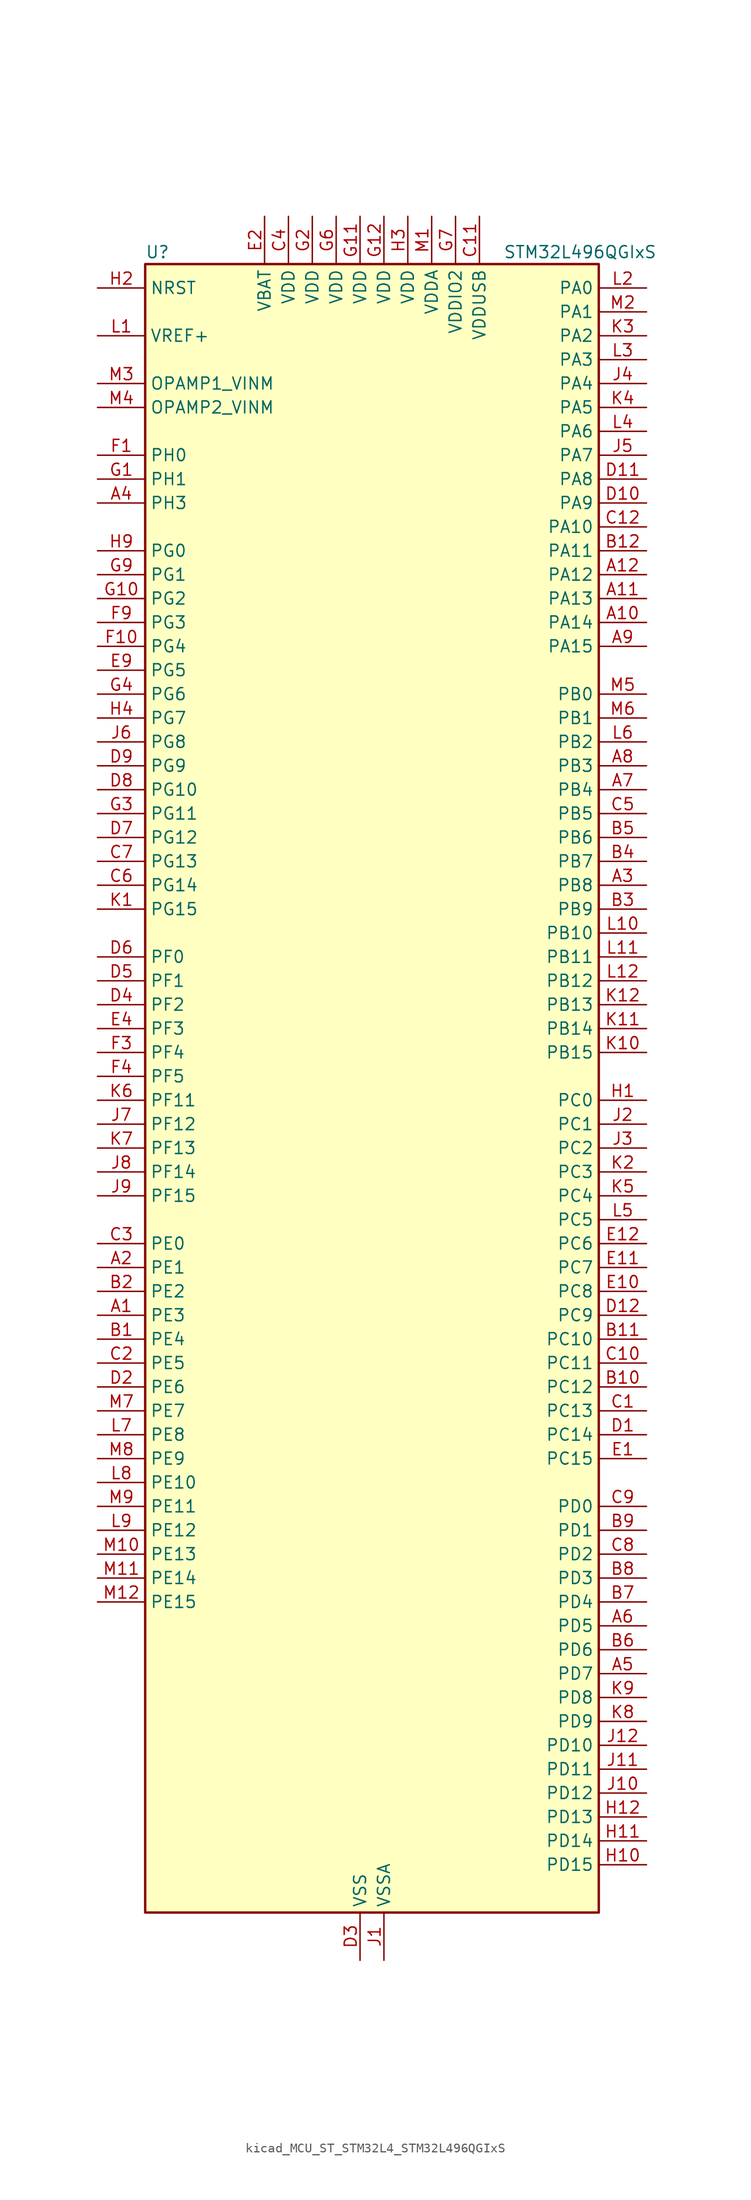
<source format=kicad_sym>
(kicad_symbol_lib
  (version 20220914)
  (generator kicad_symbol_editor)
  (symbol "kicad_MCU_ST_STM32L4_STM32L496QGIxS"
    (property "Reference" "U"
      (at -22.86 90.17 0)
      (effects (font (size 1.27 1.27)) (justify left)))
    (property "Value" "STM32L496QGIxS"
      (at 15.24 90.17 0)
      (effects (font (size 1.27 1.27)) (justify left)))
    (property "ki_locked" ""
      (at 0 0 0)
      (effects (font (size 1.27 1.27))))
    (symbol "kicad_MCU_ST_STM32L4_STM32L496QGIxS_0_1"
      (rectangle (start -22.86 -86.36) (end 25.4 88.9) (stroke (width 0.254) (type default)) (fill (type background))))
    (symbol "kicad_MCU_ST_STM32L4_STM32L496QGIxS_1_1"
      (pin bidirectional line (at -27.94 -22.86 0) (length 5.08) (name "PE3" (effects (font (size 1.27 1.27)))) (number "A1" (effects (font (size 1.27 1.27)))) (alternate "FMC_A19" bidirectional line) (alternate "LCD_SEG39" bidirectional line) (alternate "SAI1_SD_B" bidirectional line) (alternate "SYS_TRACED0" bidirectional line) (alternate "TIM3_CH1" bidirectional line) (alternate "TSC_G7_IO2" bidirectional line))
      (pin bidirectional line (at 30.48 50.8 180) (length 5.08) (name "PA14" (effects (font (size 1.27 1.27)))) (number "A10" (effects (font (size 1.27 1.27)))) (alternate "I2C1_SMBA" bidirectional line) (alternate "I2C4_SMBA" bidirectional line) (alternate "LPTIM1_OUT" bidirectional line) (alternate "SAI1_FS_B" bidirectional line) (alternate "SWPMI1_RX" bidirectional line) (alternate "SYS_JTCK-SWCLK" bidirectional line) (alternate "USB_OTG_FS_SOF" bidirectional line))
      (pin bidirectional line (at 30.48 53.34 180) (length 5.08) (name "PA13" (effects (font (size 1.27 1.27)))) (number "A11" (effects (font (size 1.27 1.27)))) (alternate "IR_OUT" bidirectional line) (alternate "SAI1_SD_B" bidirectional line) (alternate "SWPMI1_TX" bidirectional line) (alternate "SYS_JTMS-SWDIO" bidirectional line) (alternate "USB_OTG_FS_NOE" bidirectional line))
      (pin bidirectional line (at 30.48 55.88 180) (length 5.08) (name "PA12" (effects (font (size 1.27 1.27)))) (number "A12" (effects (font (size 1.27 1.27)))) (alternate "CAN1_TX" bidirectional line) (alternate "SPI1_MOSI" bidirectional line) (alternate "TIM1_ETR" bidirectional line) (alternate "USART1_DE" bidirectional line) (alternate "USART1_RTS" bidirectional line) (alternate "USB_OTG_FS_DP" bidirectional line))
      (pin bidirectional line (at -27.94 -17.78 0) (length 5.08) (name "PE1" (effects (font (size 1.27 1.27)))) (number "A2" (effects (font (size 1.27 1.27)))) (alternate "DCMI_D3" bidirectional line) (alternate "FMC_NBL1" bidirectional line) (alternate "LCD_SEG37" bidirectional line) (alternate "TIM17_CH1" bidirectional line))
      (pin bidirectional line (at 30.48 22.86 180) (length 5.08) (name "PB8" (effects (font (size 1.27 1.27)))) (number "A3" (effects (font (size 1.27 1.27)))) (alternate "CAN1_RX" bidirectional line) (alternate "DCMI_D6" bidirectional line) (alternate "DFSDM1_DATIN6" bidirectional line) (alternate "I2C1_SCL" bidirectional line) (alternate "LCD_SEG16" bidirectional line) (alternate "SAI1_MCLK_A" bidirectional line) (alternate "SDMMC1_D4" bidirectional line) (alternate "TIM16_CH1" bidirectional line) (alternate "TIM4_CH3" bidirectional line))
      (pin bidirectional line (at -27.94 63.5 0) (length 5.08) (name "PH3" (effects (font (size 1.27 1.27)))) (number "A4" (effects (font (size 1.27 1.27)))))
      (pin bidirectional line (at 30.48 -60.96 180) (length 5.08) (name "PD7" (effects (font (size 1.27 1.27)))) (number "A5" (effects (font (size 1.27 1.27)))) (alternate "DFSDM1_CKIN1" bidirectional line) (alternate "FMC_NE1" bidirectional line) (alternate "QUADSPI_BK2_IO3" bidirectional line) (alternate "USART2_CK" bidirectional line))
      (pin bidirectional line (at 30.48 -55.88 180) (length 5.08) (name "PD5" (effects (font (size 1.27 1.27)))) (number "A6" (effects (font (size 1.27 1.27)))) (alternate "FMC_NWE" bidirectional line) (alternate "QUADSPI_BK2_IO1" bidirectional line) (alternate "USART2_TX" bidirectional line))
      (pin bidirectional line (at 30.48 33.02 180) (length 5.08) (name "PB4" (effects (font (size 1.27 1.27)))) (number "A7" (effects (font (size 1.27 1.27)))) (alternate "COMP2_INP" bidirectional line) (alternate "DCMI_D12" bidirectional line) (alternate "I2C3_SDA" bidirectional line) (alternate "LCD_SEG8" bidirectional line) (alternate "SAI1_MCLK_B" bidirectional line) (alternate "SPI1_MISO" bidirectional line) (alternate "SPI3_MISO" bidirectional line) (alternate "SYS_JTRST" bidirectional line) (alternate "TIM17_BKIN" bidirectional line) (alternate "TIM3_CH1" bidirectional line) (alternate "TSC_G2_IO1" bidirectional line) (alternate "UART5_DE" bidirectional line) (alternate "UART5_RTS" bidirectional line) (alternate "USART1_CTS" bidirectional line))
      (pin bidirectional line (at 30.48 35.56 180) (length 5.08) (name "PB3" (effects (font (size 1.27 1.27)))) (number "A8" (effects (font (size 1.27 1.27)))) (alternate "COMP2_INM" bidirectional line) (alternate "CRS_SYNC" bidirectional line) (alternate "LCD_SEG7" bidirectional line) (alternate "SAI1_SCK_B" bidirectional line) (alternate "SPI1_SCK" bidirectional line) (alternate "SPI3_SCK" bidirectional line) (alternate "SYS_JTDO-SWO" bidirectional line) (alternate "TIM2_CH2" bidirectional line) (alternate "USART1_DE" bidirectional line) (alternate "USART1_RTS" bidirectional line))
      (pin bidirectional line (at 30.48 48.26 180) (length 5.08) (name "PA15" (effects (font (size 1.27 1.27)))) (number "A9" (effects (font (size 1.27 1.27)))) (alternate "ADC1_EXTI15" bidirectional line) (alternate "ADC2_EXTI15" bidirectional line) (alternate "ADC3_EXTI15" bidirectional line) (alternate "LCD_SEG17" bidirectional line) (alternate "SAI2_FS_B" bidirectional line) (alternate "SPI1_NSS" bidirectional line) (alternate "SPI3_NSS" bidirectional line) (alternate "SWPMI1_SUSPEND" bidirectional line) (alternate "SYS_JTDI" bidirectional line) (alternate "TIM2_CH1" bidirectional line) (alternate "TIM2_ETR" bidirectional line) (alternate "TSC_G3_IO1" bidirectional line) (alternate "UART4_DE" bidirectional line) (alternate "UART4_RTS" bidirectional line) (alternate "USART2_RX" bidirectional line) (alternate "USART3_DE" bidirectional line) (alternate "USART3_RTS" bidirectional line))
      (pin bidirectional line (at -27.94 -25.4 0) (length 5.08) (name "PE4" (effects (font (size 1.27 1.27)))) (number "B1" (effects (font (size 1.27 1.27)))) (alternate "DCMI_D4" bidirectional line) (alternate "DFSDM1_DATIN3" bidirectional line) (alternate "FMC_A20" bidirectional line) (alternate "SAI1_FS_A" bidirectional line) (alternate "SYS_TRACED1" bidirectional line) (alternate "TIM3_CH2" bidirectional line) (alternate "TSC_G7_IO3" bidirectional line))
      (pin bidirectional line (at 30.48 -30.48 180) (length 5.08) (name "PC12" (effects (font (size 1.27 1.27)))) (number "B10" (effects (font (size 1.27 1.27)))) (alternate "DCMI_D9" bidirectional line) (alternate "LCD_COM6" bidirectional line) (alternate "LCD_SEG30" bidirectional line) (alternate "LCD_SEG42" bidirectional line) (alternate "SAI2_SD_B" bidirectional line) (alternate "SDMMC1_CK" bidirectional line) (alternate "SPI3_MOSI" bidirectional line) (alternate "SYS_TRACED3" bidirectional line) (alternate "TSC_G3_IO4" bidirectional line) (alternate "UART5_TX" bidirectional line) (alternate "USART3_CK" bidirectional line))
      (pin bidirectional line (at 30.48 -25.4 180) (length 5.08) (name "PC10" (effects (font (size 1.27 1.27)))) (number "B11" (effects (font (size 1.27 1.27)))) (alternate "DCMI_D8" bidirectional line) (alternate "LCD_COM4" bidirectional line) (alternate "LCD_SEG28" bidirectional line) (alternate "LCD_SEG40" bidirectional line) (alternate "SAI2_SCK_B" bidirectional line) (alternate "SDMMC1_D2" bidirectional line) (alternate "SPI3_SCK" bidirectional line) (alternate "SYS_TRACED1" bidirectional line) (alternate "TSC_G3_IO2" bidirectional line) (alternate "UART4_TX" bidirectional line) (alternate "USART3_TX" bidirectional line))
      (pin bidirectional line (at 30.48 58.42 180) (length 5.08) (name "PA11" (effects (font (size 1.27 1.27)))) (number "B12" (effects (font (size 1.27 1.27)))) (alternate "ADC1_EXTI11" bidirectional line) (alternate "ADC2_EXTI11" bidirectional line) (alternate "ADC3_EXTI11" bidirectional line) (alternate "CAN1_RX" bidirectional line) (alternate "SPI1_MISO" bidirectional line) (alternate "TIM1_BKIN2" bidirectional line) (alternate "TIM1_BKIN2_COMP1" bidirectional line) (alternate "TIM1_CH4" bidirectional line) (alternate "USART1_CTS" bidirectional line) (alternate "USB_OTG_FS_DM" bidirectional line))
      (pin bidirectional line (at -27.94 -20.32 0) (length 5.08) (name "PE2" (effects (font (size 1.27 1.27)))) (number "B2" (effects (font (size 1.27 1.27)))) (alternate "FMC_A23" bidirectional line) (alternate "LCD_SEG38" bidirectional line) (alternate "SAI1_MCLK_A" bidirectional line) (alternate "SYS_TRACECLK" bidirectional line) (alternate "TIM3_ETR" bidirectional line) (alternate "TSC_G7_IO1" bidirectional line))
      (pin bidirectional line (at 30.48 20.32 180) (length 5.08) (name "PB9" (effects (font (size 1.27 1.27)))) (number "B3" (effects (font (size 1.27 1.27)))) (alternate "CAN1_TX" bidirectional line) (alternate "DAC1_EXTI9" bidirectional line) (alternate "DCMI_D7" bidirectional line) (alternate "DFSDM1_CKIN6" bidirectional line) (alternate "I2C1_SDA" bidirectional line) (alternate "IR_OUT" bidirectional line) (alternate "LCD_COM3" bidirectional line) (alternate "SAI1_FS_A" bidirectional line) (alternate "SDMMC1_D5" bidirectional line) (alternate "SPI2_NSS" bidirectional line) (alternate "TIM17_CH1" bidirectional line) (alternate "TIM4_CH4" bidirectional line))
      (pin bidirectional line (at 30.48 25.4 180) (length 5.08) (name "PB7" (effects (font (size 1.27 1.27)))) (number "B4" (effects (font (size 1.27 1.27)))) (alternate "COMP2_INM" bidirectional line) (alternate "DCMI_VSYNC" bidirectional line) (alternate "DFSDM1_CKIN5" bidirectional line) (alternate "FMC_NL" bidirectional line) (alternate "I2C1_SDA" bidirectional line) (alternate "I2C4_SDA" bidirectional line) (alternate "LCD_SEG21" bidirectional line) (alternate "LPTIM1_IN2" bidirectional line) (alternate "SYS_PVD_IN" bidirectional line) (alternate "TIM17_CH1N" bidirectional line) (alternate "TIM4_CH2" bidirectional line) (alternate "TIM8_BKIN" bidirectional line) (alternate "TIM8_BKIN_COMP1" bidirectional line) (alternate "TSC_G2_IO4" bidirectional line) (alternate "UART4_CTS" bidirectional line) (alternate "USART1_RX" bidirectional line))
      (pin bidirectional line (at 30.48 27.94 180) (length 5.08) (name "PB6" (effects (font (size 1.27 1.27)))) (number "B5" (effects (font (size 1.27 1.27)))) (alternate "CAN2_TX" bidirectional line) (alternate "COMP2_INP" bidirectional line) (alternate "DCMI_D5" bidirectional line) (alternate "DFSDM1_DATIN5" bidirectional line) (alternate "I2C1_SCL" bidirectional line) (alternate "I2C4_SCL" bidirectional line) (alternate "LPTIM1_ETR" bidirectional line) (alternate "SAI1_FS_B" bidirectional line) (alternate "TIM16_CH1N" bidirectional line) (alternate "TIM4_CH1" bidirectional line) (alternate "TIM8_BKIN2" bidirectional line) (alternate "TIM8_BKIN2_COMP2" bidirectional line) (alternate "TSC_G2_IO3" bidirectional line) (alternate "USART1_TX" bidirectional line))
      (pin bidirectional line (at 30.48 -58.42 180) (length 5.08) (name "PD6" (effects (font (size 1.27 1.27)))) (number "B6" (effects (font (size 1.27 1.27)))) (alternate "DCMI_D10" bidirectional line) (alternate "DFSDM1_DATIN1" bidirectional line) (alternate "FMC_NWAIT" bidirectional line) (alternate "QUADSPI_BK2_IO1" bidirectional line) (alternate "QUADSPI_BK2_IO2" bidirectional line) (alternate "SAI1_SD_A" bidirectional line) (alternate "USART2_RX" bidirectional line))
      (pin bidirectional line (at 30.48 -53.34 180) (length 5.08) (name "PD4" (effects (font (size 1.27 1.27)))) (number "B7" (effects (font (size 1.27 1.27)))) (alternate "DFSDM1_CKIN0" bidirectional line) (alternate "FMC_NOE" bidirectional line) (alternate "QUADSPI_BK2_IO0" bidirectional line) (alternate "SPI2_MOSI" bidirectional line) (alternate "USART2_DE" bidirectional line) (alternate "USART2_RTS" bidirectional line))
      (pin bidirectional line (at 30.48 -50.8 180) (length 5.08) (name "PD3" (effects (font (size 1.27 1.27)))) (number "B8" (effects (font (size 1.27 1.27)))) (alternate "DCMI_D5" bidirectional line) (alternate "DFSDM1_DATIN0" bidirectional line) (alternate "FMC_CLK" bidirectional line) (alternate "QUADSPI_BK2_NCS" bidirectional line) (alternate "SPI2_MISO" bidirectional line) (alternate "SPI2_SCK" bidirectional line) (alternate "USART2_CTS" bidirectional line))
      (pin bidirectional line (at 30.48 -45.72 180) (length 5.08) (name "PD1" (effects (font (size 1.27 1.27)))) (number "B9" (effects (font (size 1.27 1.27)))) (alternate "CAN1_TX" bidirectional line) (alternate "DFSDM1_CKIN7" bidirectional line) (alternate "FMC_D3" bidirectional line) (alternate "FMC_DA3" bidirectional line) (alternate "SPI2_SCK" bidirectional line))
      (pin bidirectional line (at 30.48 -33.02 180) (length 5.08) (name "PC13" (effects (font (size 1.27 1.27)))) (number "C1" (effects (font (size 1.27 1.27)))) (alternate "RTC_OUT_ALARM" bidirectional line) (alternate "RTC_OUT_CALIB" bidirectional line) (alternate "RTC_TAMP1" bidirectional line) (alternate "RTC_TS" bidirectional line) (alternate "SYS_WKUP2" bidirectional line))
      (pin bidirectional line (at 30.48 -27.94 180) (length 5.08) (name "PC11" (effects (font (size 1.27 1.27)))) (number "C10" (effects (font (size 1.27 1.27)))) (alternate "ADC1_EXTI11" bidirectional line) (alternate "ADC2_EXTI11" bidirectional line) (alternate "ADC3_EXTI11" bidirectional line) (alternate "DCMI_D4" bidirectional line) (alternate "LCD_COM5" bidirectional line) (alternate "LCD_SEG29" bidirectional line) (alternate "LCD_SEG41" bidirectional line) (alternate "QUADSPI_BK2_NCS" bidirectional line) (alternate "SAI2_MCLK_B" bidirectional line) (alternate "SDMMC1_D3" bidirectional line) (alternate "SPI3_MISO" bidirectional line) (alternate "TSC_G3_IO3" bidirectional line) (alternate "UART4_RX" bidirectional line) (alternate "USART3_RX" bidirectional line))
      (pin power_in line (at 12.7 93.98 270) (length 5.08) (name "VDDUSB" (effects (font (size 1.27 1.27)))) (number "C11" (effects (font (size 1.27 1.27)))))
      (pin bidirectional line (at 30.48 60.96 180) (length 5.08) (name "PA10" (effects (font (size 1.27 1.27)))) (number "C12" (effects (font (size 1.27 1.27)))) (alternate "DCMI_D1" bidirectional line) (alternate "LCD_COM2" bidirectional line) (alternate "SAI1_SD_A" bidirectional line) (alternate "TIM17_BKIN" bidirectional line) (alternate "TIM1_CH3" bidirectional line) (alternate "USART1_RX" bidirectional line) (alternate "USB_OTG_FS_ID" bidirectional line))
      (pin bidirectional line (at -27.94 -27.94 0) (length 5.08) (name "PE5" (effects (font (size 1.27 1.27)))) (number "C2" (effects (font (size 1.27 1.27)))) (alternate "DCMI_D6" bidirectional line) (alternate "DFSDM1_CKIN3" bidirectional line) (alternate "FMC_A21" bidirectional line) (alternate "SAI1_SCK_A" bidirectional line) (alternate "SYS_TRACED2" bidirectional line) (alternate "TIM3_CH3" bidirectional line) (alternate "TSC_G7_IO4" bidirectional line))
      (pin bidirectional line (at -27.94 -15.24 0) (length 5.08) (name "PE0" (effects (font (size 1.27 1.27)))) (number "C3" (effects (font (size 1.27 1.27)))) (alternate "DCMI_D2" bidirectional line) (alternate "FMC_NBL0" bidirectional line) (alternate "LCD_SEG36" bidirectional line) (alternate "TIM16_CH1" bidirectional line) (alternate "TIM4_ETR" bidirectional line))
      (pin power_in line (at -7.62 93.98 270) (length 5.08) (name "VDD" (effects (font (size 1.27 1.27)))) (number "C4" (effects (font (size 1.27 1.27)))))
      (pin bidirectional line (at 30.48 30.48 180) (length 5.08) (name "PB5" (effects (font (size 1.27 1.27)))) (number "C5" (effects (font (size 1.27 1.27)))) (alternate "CAN2_RX" bidirectional line) (alternate "COMP2_OUT" bidirectional line) (alternate "DCMI_D10" bidirectional line) (alternate "I2C1_SMBA" bidirectional line) (alternate "LCD_SEG9" bidirectional line) (alternate "LPTIM1_IN1" bidirectional line) (alternate "SAI1_SD_B" bidirectional line) (alternate "SPI1_MOSI" bidirectional line) (alternate "SPI3_MOSI" bidirectional line) (alternate "TIM16_BKIN" bidirectional line) (alternate "TIM3_CH2" bidirectional line) (alternate "TSC_G2_IO2" bidirectional line) (alternate "UART5_CTS" bidirectional line) (alternate "USART1_CK" bidirectional line))
      (pin bidirectional line (at -27.94 22.86 0) (length 5.08) (name "PG14" (effects (font (size 1.27 1.27)))) (number "C6" (effects (font (size 1.27 1.27)))) (alternate "FMC_A25" bidirectional line) (alternate "I2C1_SCL" bidirectional line))
      (pin bidirectional line (at -27.94 25.4 0) (length 5.08) (name "PG13" (effects (font (size 1.27 1.27)))) (number "C7" (effects (font (size 1.27 1.27)))) (alternate "FMC_A24" bidirectional line) (alternate "I2C1_SDA" bidirectional line) (alternate "USART1_CK" bidirectional line))
      (pin bidirectional line (at 30.48 -48.26 180) (length 5.08) (name "PD2" (effects (font (size 1.27 1.27)))) (number "C8" (effects (font (size 1.27 1.27)))) (alternate "DCMI_D11" bidirectional line) (alternate "LCD_COM7" bidirectional line) (alternate "LCD_SEG31" bidirectional line) (alternate "LCD_SEG43" bidirectional line) (alternate "SDMMC1_CMD" bidirectional line) (alternate "SYS_TRACED2" bidirectional line) (alternate "TIM3_ETR" bidirectional line) (alternate "TSC_SYNC" bidirectional line) (alternate "UART5_RX" bidirectional line) (alternate "USART3_DE" bidirectional line) (alternate "USART3_RTS" bidirectional line))
      (pin bidirectional line (at 30.48 -43.18 180) (length 5.08) (name "PD0" (effects (font (size 1.27 1.27)))) (number "C9" (effects (font (size 1.27 1.27)))) (alternate "CAN1_RX" bidirectional line) (alternate "DFSDM1_DATIN7" bidirectional line) (alternate "FMC_D2" bidirectional line) (alternate "FMC_DA2" bidirectional line) (alternate "SPI2_NSS" bidirectional line))
      (pin bidirectional line (at 30.48 -35.56 180) (length 5.08) (name "PC14" (effects (font (size 1.27 1.27)))) (number "D1" (effects (font (size 1.27 1.27)))) (alternate "RCC_OSC32_IN" bidirectional line))
      (pin bidirectional line (at 30.48 63.5 180) (length 5.08) (name "PA9" (effects (font (size 1.27 1.27)))) (number "D10" (effects (font (size 1.27 1.27)))) (alternate "DAC1_EXTI9" bidirectional line) (alternate "DCMI_D0" bidirectional line) (alternate "LCD_COM1" bidirectional line) (alternate "SAI1_FS_A" bidirectional line) (alternate "SPI2_SCK" bidirectional line) (alternate "TIM15_BKIN" bidirectional line) (alternate "TIM1_CH2" bidirectional line) (alternate "USART1_TX" bidirectional line) (alternate "USB_OTG_FS_VBUS" bidirectional line))
      (pin bidirectional line (at 30.48 66.04 180) (length 5.08) (name "PA8" (effects (font (size 1.27 1.27)))) (number "D11" (effects (font (size 1.27 1.27)))) (alternate "LCD_COM0" bidirectional line) (alternate "LPTIM2_OUT" bidirectional line) (alternate "RCC_MCO" bidirectional line) (alternate "SAI1_SCK_A" bidirectional line) (alternate "SWPMI1_IO" bidirectional line) (alternate "TIM1_CH1" bidirectional line) (alternate "USART1_CK" bidirectional line) (alternate "USB_OTG_FS_SOF" bidirectional line))
      (pin bidirectional line (at 30.48 -22.86 180) (length 5.08) (name "PC9" (effects (font (size 1.27 1.27)))) (number "D12" (effects (font (size 1.27 1.27)))) (alternate "DAC1_EXTI9" bidirectional line) (alternate "DCMI_D3" bidirectional line) (alternate "I2C3_SDA" bidirectional line) (alternate "LCD_SEG27" bidirectional line) (alternate "SAI2_EXTCLK" bidirectional line) (alternate "SDMMC1_D1" bidirectional line) (alternate "TIM3_CH4" bidirectional line) (alternate "TIM8_BKIN2" bidirectional line) (alternate "TIM8_BKIN2_COMP1" bidirectional line) (alternate "TIM8_CH4" bidirectional line) (alternate "TSC_G4_IO4" bidirectional line) (alternate "USB_OTG_FS_NOE" bidirectional line))
      (pin bidirectional line (at -27.94 -30.48 0) (length 5.08) (name "PE6" (effects (font (size 1.27 1.27)))) (number "D2" (effects (font (size 1.27 1.27)))) (alternate "DCMI_D7" bidirectional line) (alternate "FMC_A22" bidirectional line) (alternate "RTC_TAMP3" bidirectional line) (alternate "SAI1_SD_A" bidirectional line) (alternate "SYS_TRACED3" bidirectional line) (alternate "SYS_WKUP3" bidirectional line) (alternate "TIM3_CH4" bidirectional line))
      (pin power_in line (at 0 -91.44 90) (length 5.08) (name "VSS" (effects (font (size 1.27 1.27)))) (number "D3" (effects (font (size 1.27 1.27)))))
      (pin bidirectional line (at -27.94 10.16 0) (length 5.08) (name "PF2" (effects (font (size 1.27 1.27)))) (number "D4" (effects (font (size 1.27 1.27)))) (alternate "FMC_A2" bidirectional line) (alternate "I2C2_SMBA" bidirectional line))
      (pin bidirectional line (at -27.94 12.7 0) (length 5.08) (name "PF1" (effects (font (size 1.27 1.27)))) (number "D5" (effects (font (size 1.27 1.27)))) (alternate "FMC_A1" bidirectional line) (alternate "I2C2_SCL" bidirectional line))
      (pin bidirectional line (at -27.94 15.24 0) (length 5.08) (name "PF0" (effects (font (size 1.27 1.27)))) (number "D6" (effects (font (size 1.27 1.27)))) (alternate "FMC_A0" bidirectional line) (alternate "I2C2_SDA" bidirectional line))
      (pin bidirectional line (at -27.94 27.94 0) (length 5.08) (name "PG12" (effects (font (size 1.27 1.27)))) (number "D7" (effects (font (size 1.27 1.27)))) (alternate "FMC_NE4" bidirectional line) (alternate "LPTIM1_ETR" bidirectional line) (alternate "SAI2_SD_A" bidirectional line) (alternate "SPI3_NSS" bidirectional line) (alternate "USART1_DE" bidirectional line) (alternate "USART1_RTS" bidirectional line))
      (pin bidirectional line (at -27.94 33.02 0) (length 5.08) (name "PG10" (effects (font (size 1.27 1.27)))) (number "D8" (effects (font (size 1.27 1.27)))) (alternate "FMC_NE3" bidirectional line) (alternate "LPTIM1_IN1" bidirectional line) (alternate "SAI2_FS_A" bidirectional line) (alternate "SPI3_MISO" bidirectional line) (alternate "TIM15_CH1" bidirectional line) (alternate "USART1_RX" bidirectional line))
      (pin bidirectional line (at -27.94 35.56 0) (length 5.08) (name "PG9" (effects (font (size 1.27 1.27)))) (number "D9" (effects (font (size 1.27 1.27)))) (alternate "DAC1_EXTI9" bidirectional line) (alternate "FMC_NCE" bidirectional line) (alternate "FMC_NE2" bidirectional line) (alternate "SAI2_SCK_A" bidirectional line) (alternate "SPI3_SCK" bidirectional line) (alternate "TIM15_CH1N" bidirectional line) (alternate "USART1_TX" bidirectional line))
      (pin bidirectional line (at 30.48 -38.1 180) (length 5.08) (name "PC15" (effects (font (size 1.27 1.27)))) (number "E1" (effects (font (size 1.27 1.27)))) (alternate "ADC1_EXTI15" bidirectional line) (alternate "ADC2_EXTI15" bidirectional line) (alternate "ADC3_EXTI15" bidirectional line) (alternate "RCC_OSC32_OUT" bidirectional line))
      (pin bidirectional line (at 30.48 -20.32 180) (length 5.08) (name "PC8" (effects (font (size 1.27 1.27)))) (number "E10" (effects (font (size 1.27 1.27)))) (alternate "DCMI_D2" bidirectional line) (alternate "LCD_SEG26" bidirectional line) (alternate "SDMMC1_D0" bidirectional line) (alternate "TIM3_CH3" bidirectional line) (alternate "TIM8_CH3" bidirectional line) (alternate "TSC_G4_IO3" bidirectional line))
      (pin bidirectional line (at 30.48 -17.78 180) (length 5.08) (name "PC7" (effects (font (size 1.27 1.27)))) (number "E11" (effects (font (size 1.27 1.27)))) (alternate "DCMI_D1" bidirectional line) (alternate "DFSDM1_DATIN3" bidirectional line) (alternate "LCD_SEG25" bidirectional line) (alternate "SAI2_MCLK_B" bidirectional line) (alternate "SDMMC1_D7" bidirectional line) (alternate "TIM3_CH2" bidirectional line) (alternate "TIM8_CH2" bidirectional line) (alternate "TSC_G4_IO2" bidirectional line))
      (pin bidirectional line (at 30.48 -15.24 180) (length 5.08) (name "PC6" (effects (font (size 1.27 1.27)))) (number "E12" (effects (font (size 1.27 1.27)))) (alternate "DCMI_D0" bidirectional line) (alternate "DFSDM1_CKIN3" bidirectional line) (alternate "LCD_SEG24" bidirectional line) (alternate "SAI2_MCLK_A" bidirectional line) (alternate "SDMMC1_D6" bidirectional line) (alternate "TIM3_CH1" bidirectional line) (alternate "TIM8_CH1" bidirectional line) (alternate "TSC_G4_IO1" bidirectional line))
      (pin power_in line (at -10.16 93.98 270) (length 5.08) (name "VBAT" (effects (font (size 1.27 1.27)))) (number "E2" (effects (font (size 1.27 1.27)))))
      (pin passive line (at 0 -91.44 90) (length 5.08) hide (name "VSS" (effects (font (size 1.27 1.27)))) (number "E3" (effects (font (size 1.27 1.27)))))
      (pin bidirectional line (at -27.94 7.62 0) (length 5.08) (name "PF3" (effects (font (size 1.27 1.27)))) (number "E4" (effects (font (size 1.27 1.27)))) (alternate "ADC3_IN6" bidirectional line) (alternate "FMC_A3" bidirectional line))
      (pin bidirectional line (at -27.94 45.72 0) (length 5.08) (name "PG5" (effects (font (size 1.27 1.27)))) (number "E9" (effects (font (size 1.27 1.27)))) (alternate "FMC_A15" bidirectional line) (alternate "LPUART1_CTS" bidirectional line) (alternate "SAI2_SD_B" bidirectional line) (alternate "SPI1_NSS" bidirectional line))
      (pin bidirectional line (at -27.94 68.58 0) (length 5.08) (name "PH0" (effects (font (size 1.27 1.27)))) (number "F1" (effects (font (size 1.27 1.27)))) (alternate "RCC_OSC_IN" bidirectional line))
      (pin bidirectional line (at -27.94 48.26 0) (length 5.08) (name "PG4" (effects (font (size 1.27 1.27)))) (number "F10" (effects (font (size 1.27 1.27)))) (alternate "FMC_A14" bidirectional line) (alternate "SAI2_MCLK_B" bidirectional line) (alternate "SPI1_MOSI" bidirectional line))
      (pin passive line (at 0 -91.44 90) (length 5.08) hide (name "VSS" (effects (font (size 1.27 1.27)))) (number "F11" (effects (font (size 1.27 1.27)))))
      (pin passive line (at 0 -91.44 90) (length 5.08) hide (name "VSS" (effects (font (size 1.27 1.27)))) (number "F12" (effects (font (size 1.27 1.27)))))
      (pin passive line (at 0 -91.44 90) (length 5.08) hide (name "VSS" (effects (font (size 1.27 1.27)))) (number "F2" (effects (font (size 1.27 1.27)))))
      (pin bidirectional line (at -27.94 5.08 0) (length 5.08) (name "PF4" (effects (font (size 1.27 1.27)))) (number "F3" (effects (font (size 1.27 1.27)))) (alternate "ADC3_IN7" bidirectional line) (alternate "FMC_A4" bidirectional line))
      (pin bidirectional line (at -27.94 2.54 0) (length 5.08) (name "PF5" (effects (font (size 1.27 1.27)))) (number "F4" (effects (font (size 1.27 1.27)))) (alternate "ADC3_IN8" bidirectional line) (alternate "FMC_A5" bidirectional line))
      (pin passive line (at 0 -91.44 90) (length 5.08) hide (name "VSS" (effects (font (size 1.27 1.27)))) (number "F6" (effects (font (size 1.27 1.27)))))
      (pin passive line (at 0 -91.44 90) (length 5.08) hide (name "VSS" (effects (font (size 1.27 1.27)))) (number "F7" (effects (font (size 1.27 1.27)))))
      (pin bidirectional line (at -27.94 50.8 0) (length 5.08) (name "PG3" (effects (font (size 1.27 1.27)))) (number "F9" (effects (font (size 1.27 1.27)))) (alternate "FMC_A13" bidirectional line) (alternate "SAI2_FS_B" bidirectional line) (alternate "SPI1_MISO" bidirectional line))
      (pin bidirectional line (at -27.94 66.04 0) (length 5.08) (name "PH1" (effects (font (size 1.27 1.27)))) (number "G1" (effects (font (size 1.27 1.27)))) (alternate "RCC_OSC_OUT" bidirectional line))
      (pin bidirectional line (at -27.94 53.34 0) (length 5.08) (name "PG2" (effects (font (size 1.27 1.27)))) (number "G10" (effects (font (size 1.27 1.27)))) (alternate "FMC_A12" bidirectional line) (alternate "SAI2_SCK_B" bidirectional line) (alternate "SPI1_SCK" bidirectional line))
      (pin power_in line (at 0 93.98 270) (length 5.08) (name "VDD" (effects (font (size 1.27 1.27)))) (number "G11" (effects (font (size 1.27 1.27)))))
      (pin power_in line (at 2.54 93.98 270) (length 5.08) (name "VDD" (effects (font (size 1.27 1.27)))) (number "G12" (effects (font (size 1.27 1.27)))))
      (pin power_in line (at -5.08 93.98 270) (length 5.08) (name "VDD" (effects (font (size 1.27 1.27)))) (number "G2" (effects (font (size 1.27 1.27)))))
      (pin bidirectional line (at -27.94 30.48 0) (length 5.08) (name "PG11" (effects (font (size 1.27 1.27)))) (number "G3" (effects (font (size 1.27 1.27)))) (alternate "ADC1_EXTI11" bidirectional line) (alternate "ADC2_EXTI11" bidirectional line) (alternate "ADC3_EXTI11" bidirectional line) (alternate "LPTIM1_IN2" bidirectional line) (alternate "SAI2_MCLK_A" bidirectional line) (alternate "SPI3_MOSI" bidirectional line) (alternate "TIM15_CH2" bidirectional line) (alternate "USART1_CTS" bidirectional line))
      (pin bidirectional line (at -27.94 43.18 0) (length 5.08) (name "PG6" (effects (font (size 1.27 1.27)))) (number "G4" (effects (font (size 1.27 1.27)))) (alternate "I2C3_SMBA" bidirectional line) (alternate "LPUART1_DE" bidirectional line) (alternate "LPUART1_RTS" bidirectional line))
      (pin power_in line (at -2.54 93.98 270) (length 5.08) (name "VDD" (effects (font (size 1.27 1.27)))) (number "G6" (effects (font (size 1.27 1.27)))))
      (pin power_in line (at 10.16 93.98 270) (length 5.08) (name "VDDIO2" (effects (font (size 1.27 1.27)))) (number "G7" (effects (font (size 1.27 1.27)))))
      (pin bidirectional line (at -27.94 55.88 0) (length 5.08) (name "PG1" (effects (font (size 1.27 1.27)))) (number "G9" (effects (font (size 1.27 1.27)))) (alternate "FMC_A11" bidirectional line) (alternate "TSC_G8_IO4" bidirectional line))
      (pin bidirectional line (at 30.48 0 180) (length 5.08) (name "PC0" (effects (font (size 1.27 1.27)))) (number "H1" (effects (font (size 1.27 1.27)))) (alternate "ADC1_IN1" bidirectional line) (alternate "ADC2_IN1" bidirectional line) (alternate "ADC3_IN1" bidirectional line) (alternate "DFSDM1_DATIN4" bidirectional line) (alternate "I2C3_SCL" bidirectional line) (alternate "I2C4_SCL" bidirectional line) (alternate "LCD_SEG18" bidirectional line) (alternate "LPTIM1_IN1" bidirectional line) (alternate "LPTIM2_IN1" bidirectional line) (alternate "LPUART1_RX" bidirectional line))
      (pin bidirectional line (at 30.48 -81.28 180) (length 5.08) (name "PD15" (effects (font (size 1.27 1.27)))) (number "H10" (effects (font (size 1.27 1.27)))) (alternate "ADC1_EXTI15" bidirectional line) (alternate "ADC2_EXTI15" bidirectional line) (alternate "ADC3_EXTI15" bidirectional line) (alternate "FMC_D1" bidirectional line) (alternate "FMC_DA1" bidirectional line) (alternate "LCD_SEG35" bidirectional line) (alternate "TIM4_CH4" bidirectional line))
      (pin bidirectional line (at 30.48 -78.74 180) (length 5.08) (name "PD14" (effects (font (size 1.27 1.27)))) (number "H11" (effects (font (size 1.27 1.27)))) (alternate "FMC_D0" bidirectional line) (alternate "FMC_DA0" bidirectional line) (alternate "LCD_SEG34" bidirectional line) (alternate "TIM4_CH3" bidirectional line))
      (pin bidirectional line (at 30.48 -76.2 180) (length 5.08) (name "PD13" (effects (font (size 1.27 1.27)))) (number "H12" (effects (font (size 1.27 1.27)))) (alternate "FMC_A18" bidirectional line) (alternate "I2C4_SDA" bidirectional line) (alternate "LCD_SEG33" bidirectional line) (alternate "LPTIM2_OUT" bidirectional line) (alternate "TIM4_CH2" bidirectional line) (alternate "TSC_G6_IO4" bidirectional line))
      (pin input line (at -27.94 86.36 0) (length 5.08) (name "NRST" (effects (font (size 1.27 1.27)))) (number "H2" (effects (font (size 1.27 1.27)))))
      (pin power_in line (at 5.08 93.98 270) (length 5.08) (name "VDD" (effects (font (size 1.27 1.27)))) (number "H3" (effects (font (size 1.27 1.27)))))
      (pin bidirectional line (at -27.94 40.64 0) (length 5.08) (name "PG7" (effects (font (size 1.27 1.27)))) (number "H4" (effects (font (size 1.27 1.27)))) (alternate "FMC_INT" bidirectional line) (alternate "I2C3_SCL" bidirectional line) (alternate "LPUART1_TX" bidirectional line) (alternate "SAI1_MCLK_A" bidirectional line))
      (pin bidirectional line (at -27.94 58.42 0) (length 5.08) (name "PG0" (effects (font (size 1.27 1.27)))) (number "H9" (effects (font (size 1.27 1.27)))) (alternate "FMC_A10" bidirectional line) (alternate "TSC_G8_IO3" bidirectional line))
      (pin power_in line (at 2.54 -91.44 90) (length 5.08) (name "VSSA" (effects (font (size 1.27 1.27)))) (number "J1" (effects (font (size 1.27 1.27)))))
      (pin bidirectional line (at 30.48 -73.66 180) (length 5.08) (name "PD12" (effects (font (size 1.27 1.27)))) (number "J10" (effects (font (size 1.27 1.27)))) (alternate "FMC_A17" bidirectional line) (alternate "FMC_ALE" bidirectional line) (alternate "I2C4_SCL" bidirectional line) (alternate "LCD_SEG32" bidirectional line) (alternate "LPTIM2_IN1" bidirectional line) (alternate "SAI2_FS_A" bidirectional line) (alternate "TIM4_CH1" bidirectional line) (alternate "TSC_G6_IO3" bidirectional line) (alternate "USART3_DE" bidirectional line) (alternate "USART3_RTS" bidirectional line))
      (pin bidirectional line (at 30.48 -71.12 180) (length 5.08) (name "PD11" (effects (font (size 1.27 1.27)))) (number "J11" (effects (font (size 1.27 1.27)))) (alternate "ADC1_EXTI11" bidirectional line) (alternate "ADC2_EXTI11" bidirectional line) (alternate "ADC3_EXTI11" bidirectional line) (alternate "FMC_A16" bidirectional line) (alternate "FMC_CLE" bidirectional line) (alternate "I2C4_SMBA" bidirectional line) (alternate "LCD_SEG31" bidirectional line) (alternate "LPTIM2_ETR" bidirectional line) (alternate "SAI2_SD_A" bidirectional line) (alternate "TSC_G6_IO2" bidirectional line) (alternate "USART3_CTS" bidirectional line))
      (pin bidirectional line (at 30.48 -68.58 180) (length 5.08) (name "PD10" (effects (font (size 1.27 1.27)))) (number "J12" (effects (font (size 1.27 1.27)))) (alternate "FMC_D15" bidirectional line) (alternate "FMC_DA15" bidirectional line) (alternate "LCD_SEG30" bidirectional line) (alternate "SAI2_SCK_A" bidirectional line) (alternate "TSC_G6_IO1" bidirectional line) (alternate "USART3_CK" bidirectional line))
      (pin bidirectional line (at 30.48 -2.54 180) (length 5.08) (name "PC1" (effects (font (size 1.27 1.27)))) (number "J2" (effects (font (size 1.27 1.27)))) (alternate "ADC1_IN2" bidirectional line) (alternate "ADC2_IN2" bidirectional line) (alternate "ADC3_IN2" bidirectional line) (alternate "DFSDM1_CKIN4" bidirectional line) (alternate "I2C3_SDA" bidirectional line) (alternate "I2C4_SDA" bidirectional line) (alternate "LCD_SEG19" bidirectional line) (alternate "LPTIM1_OUT" bidirectional line) (alternate "LPUART1_TX" bidirectional line) (alternate "QUADSPI_BK2_IO0" bidirectional line) (alternate "SAI1_SD_A" bidirectional line) (alternate "SPI2_MOSI" bidirectional line) (alternate "SYS_TRACED0" bidirectional line))
      (pin bidirectional line (at 30.48 -5.08 180) (length 5.08) (name "PC2" (effects (font (size 1.27 1.27)))) (number "J3" (effects (font (size 1.27 1.27)))) (alternate "ADC1_IN3" bidirectional line) (alternate "ADC2_IN3" bidirectional line) (alternate "ADC3_IN3" bidirectional line) (alternate "DFSDM1_CKOUT" bidirectional line) (alternate "LCD_SEG20" bidirectional line) (alternate "LPTIM1_IN2" bidirectional line) (alternate "QUADSPI_BK2_IO1" bidirectional line) (alternate "SPI2_MISO" bidirectional line))
      (pin bidirectional line (at 30.48 76.2 180) (length 5.08) (name "PA4" (effects (font (size 1.27 1.27)))) (number "J4" (effects (font (size 1.27 1.27)))) (alternate "ADC1_IN9" bidirectional line) (alternate "ADC2_IN9" bidirectional line) (alternate "DAC1_OUT1" bidirectional line) (alternate "DCMI_HSYNC" bidirectional line) (alternate "LPTIM2_OUT" bidirectional line) (alternate "SAI1_FS_B" bidirectional line) (alternate "SPI1_NSS" bidirectional line) (alternate "SPI3_NSS" bidirectional line) (alternate "USART2_CK" bidirectional line))
      (pin bidirectional line (at 30.48 68.58 180) (length 5.08) (name "PA7" (effects (font (size 1.27 1.27)))) (number "J5" (effects (font (size 1.27 1.27)))) (alternate "ADC1_IN12" bidirectional line) (alternate "ADC2_IN12" bidirectional line) (alternate "I2C3_SCL" bidirectional line) (alternate "LCD_SEG4" bidirectional line) (alternate "QUADSPI_BK1_IO2" bidirectional line) (alternate "SPI1_MOSI" bidirectional line) (alternate "TIM17_CH1" bidirectional line) (alternate "TIM1_CH1N" bidirectional line) (alternate "TIM3_CH2" bidirectional line) (alternate "TIM8_CH1N" bidirectional line))
      (pin bidirectional line (at -27.94 38.1 0) (length 5.08) (name "PG8" (effects (font (size 1.27 1.27)))) (number "J6" (effects (font (size 1.27 1.27)))) (alternate "I2C3_SDA" bidirectional line) (alternate "LPUART1_RX" bidirectional line))
      (pin bidirectional line (at -27.94 -2.54 0) (length 5.08) (name "PF12" (effects (font (size 1.27 1.27)))) (number "J7" (effects (font (size 1.27 1.27)))) (alternate "FMC_A6" bidirectional line))
      (pin bidirectional line (at -27.94 -7.62 0) (length 5.08) (name "PF14" (effects (font (size 1.27 1.27)))) (number "J8" (effects (font (size 1.27 1.27)))) (alternate "DFSDM1_CKIN6" bidirectional line) (alternate "FMC_A8" bidirectional line) (alternate "I2C4_SCL" bidirectional line) (alternate "TSC_G8_IO1" bidirectional line))
      (pin bidirectional line (at -27.94 -10.16 0) (length 5.08) (name "PF15" (effects (font (size 1.27 1.27)))) (number "J9" (effects (font (size 1.27 1.27)))) (alternate "ADC1_EXTI15" bidirectional line) (alternate "ADC2_EXTI15" bidirectional line) (alternate "ADC3_EXTI15" bidirectional line) (alternate "FMC_A9" bidirectional line) (alternate "I2C4_SDA" bidirectional line) (alternate "TSC_G8_IO2" bidirectional line))
      (pin bidirectional line (at -27.94 20.32 0) (length 5.08) (name "PG15" (effects (font (size 1.27 1.27)))) (number "K1" (effects (font (size 1.27 1.27)))) (alternate "ADC1_EXTI15" bidirectional line) (alternate "ADC2_EXTI15" bidirectional line) (alternate "ADC3_EXTI15" bidirectional line) (alternate "DCMI_D13" bidirectional line) (alternate "I2C1_SMBA" bidirectional line) (alternate "LPTIM1_OUT" bidirectional line))
      (pin bidirectional line (at 30.48 5.08 180) (length 5.08) (name "PB15" (effects (font (size 1.27 1.27)))) (number "K10" (effects (font (size 1.27 1.27)))) (alternate "ADC1_EXTI15" bidirectional line) (alternate "ADC2_EXTI15" bidirectional line) (alternate "ADC3_EXTI15" bidirectional line) (alternate "DFSDM1_CKIN2" bidirectional line) (alternate "LCD_SEG15" bidirectional line) (alternate "RTC_REFIN" bidirectional line) (alternate "SAI2_SD_A" bidirectional line) (alternate "SPI2_MOSI" bidirectional line) (alternate "SWPMI1_SUSPEND" bidirectional line) (alternate "TIM15_CH2" bidirectional line) (alternate "TIM1_CH3N" bidirectional line) (alternate "TIM8_CH3N" bidirectional line) (alternate "TSC_G1_IO4" bidirectional line))
      (pin bidirectional line (at 30.48 7.62 180) (length 5.08) (name "PB14" (effects (font (size 1.27 1.27)))) (number "K11" (effects (font (size 1.27 1.27)))) (alternate "DFSDM1_DATIN2" bidirectional line) (alternate "I2C2_SDA" bidirectional line) (alternate "LCD_SEG14" bidirectional line) (alternate "SAI2_MCLK_A" bidirectional line) (alternate "SPI2_MISO" bidirectional line) (alternate "SWPMI1_RX" bidirectional line) (alternate "TIM15_CH1" bidirectional line) (alternate "TIM1_CH2N" bidirectional line) (alternate "TIM8_CH2N" bidirectional line) (alternate "TSC_G1_IO3" bidirectional line) (alternate "USART3_DE" bidirectional line) (alternate "USART3_RTS" bidirectional line))
      (pin bidirectional line (at 30.48 10.16 180) (length 5.08) (name "PB13" (effects (font (size 1.27 1.27)))) (number "K12" (effects (font (size 1.27 1.27)))) (alternate "CAN2_TX" bidirectional line) (alternate "DFSDM1_CKIN1" bidirectional line) (alternate "I2C2_SCL" bidirectional line) (alternate "LCD_SEG13" bidirectional line) (alternate "LPUART1_CTS" bidirectional line) (alternate "SAI2_SCK_A" bidirectional line) (alternate "SPI2_SCK" bidirectional line) (alternate "SWPMI1_TX" bidirectional line) (alternate "TIM15_CH1N" bidirectional line) (alternate "TIM1_CH1N" bidirectional line) (alternate "TSC_G1_IO2" bidirectional line) (alternate "USART3_CTS" bidirectional line))
      (pin bidirectional line (at 30.48 -7.62 180) (length 5.08) (name "PC3" (effects (font (size 1.27 1.27)))) (number "K2" (effects (font (size 1.27 1.27)))) (alternate "ADC1_IN4" bidirectional line) (alternate "ADC2_IN4" bidirectional line) (alternate "ADC3_IN4" bidirectional line) (alternate "LCD_VLCD" bidirectional line) (alternate "LPTIM1_ETR" bidirectional line) (alternate "LPTIM2_ETR" bidirectional line) (alternate "QUADSPI_BK2_IO2" bidirectional line) (alternate "SAI1_SD_A" bidirectional line) (alternate "SPI2_MOSI" bidirectional line))
      (pin bidirectional line (at 30.48 81.28 180) (length 5.08) (name "PA2" (effects (font (size 1.27 1.27)))) (number "K3" (effects (font (size 1.27 1.27)))) (alternate "ADC1_IN7" bidirectional line) (alternate "ADC2_IN7" bidirectional line) (alternate "LCD_SEG1" bidirectional line) (alternate "LPUART1_TX" bidirectional line) (alternate "QUADSPI_BK1_NCS" bidirectional line) (alternate "RCC_LSCO" bidirectional line) (alternate "SAI2_EXTCLK" bidirectional line) (alternate "SYS_WKUP4" bidirectional line) (alternate "TIM15_CH1" bidirectional line) (alternate "TIM2_CH3" bidirectional line) (alternate "TIM5_CH3" bidirectional line) (alternate "USART2_TX" bidirectional line))
      (pin bidirectional line (at 30.48 73.66 180) (length 5.08) (name "PA5" (effects (font (size 1.27 1.27)))) (number "K4" (effects (font (size 1.27 1.27)))) (alternate "ADC1_IN10" bidirectional line) (alternate "ADC2_IN10" bidirectional line) (alternate "DAC1_OUT2" bidirectional line) (alternate "LPTIM2_ETR" bidirectional line) (alternate "SPI1_SCK" bidirectional line) (alternate "TIM2_CH1" bidirectional line) (alternate "TIM2_ETR" bidirectional line) (alternate "TIM8_CH1N" bidirectional line))
      (pin bidirectional line (at 30.48 -10.16 180) (length 5.08) (name "PC4" (effects (font (size 1.27 1.27)))) (number "K5" (effects (font (size 1.27 1.27)))) (alternate "ADC1_IN13" bidirectional line) (alternate "ADC2_IN13" bidirectional line) (alternate "COMP1_INM" bidirectional line) (alternate "LCD_SEG22" bidirectional line) (alternate "QUADSPI_BK2_IO3" bidirectional line) (alternate "USART3_TX" bidirectional line))
      (pin bidirectional line (at -27.94 0 0) (length 5.08) (name "PF11" (effects (font (size 1.27 1.27)))) (number "K6" (effects (font (size 1.27 1.27)))) (alternate "ADC1_EXTI11" bidirectional line) (alternate "ADC2_EXTI11" bidirectional line) (alternate "ADC3_EXTI11" bidirectional line) (alternate "DCMI_D12" bidirectional line))
      (pin bidirectional line (at -27.94 -5.08 0) (length 5.08) (name "PF13" (effects (font (size 1.27 1.27)))) (number "K7" (effects (font (size 1.27 1.27)))) (alternate "DFSDM1_DATIN6" bidirectional line) (alternate "FMC_A7" bidirectional line) (alternate "I2C4_SMBA" bidirectional line))
      (pin bidirectional line (at 30.48 -66.04 180) (length 5.08) (name "PD9" (effects (font (size 1.27 1.27)))) (number "K8" (effects (font (size 1.27 1.27)))) (alternate "DAC1_EXTI9" bidirectional line) (alternate "DCMI_PIXCLK" bidirectional line) (alternate "FMC_D14" bidirectional line) (alternate "FMC_DA14" bidirectional line) (alternate "LCD_SEG29" bidirectional line) (alternate "SAI2_MCLK_A" bidirectional line) (alternate "USART3_RX" bidirectional line))
      (pin bidirectional line (at 30.48 -63.5 180) (length 5.08) (name "PD8" (effects (font (size 1.27 1.27)))) (number "K9" (effects (font (size 1.27 1.27)))) (alternate "DCMI_HSYNC" bidirectional line) (alternate "FMC_D13" bidirectional line) (alternate "FMC_DA13" bidirectional line) (alternate "LCD_SEG28" bidirectional line) (alternate "USART3_TX" bidirectional line))
      (pin input line (at -27.94 81.28 0) (length 5.08) (name "VREF+" (effects (font (size 1.27 1.27)))) (number "L1" (effects (font (size 1.27 1.27)))) (alternate "VREFBUF_OUT" bidirectional line))
      (pin bidirectional line (at 30.48 17.78 180) (length 5.08) (name "PB10" (effects (font (size 1.27 1.27)))) (number "L10" (effects (font (size 1.27 1.27)))) (alternate "COMP1_OUT" bidirectional line) (alternate "DFSDM1_DATIN7" bidirectional line) (alternate "I2C2_SCL" bidirectional line) (alternate "I2C4_SCL" bidirectional line) (alternate "LCD_SEG10" bidirectional line) (alternate "LPUART1_RX" bidirectional line) (alternate "QUADSPI_CLK" bidirectional line) (alternate "SAI1_SCK_A" bidirectional line) (alternate "SPI2_SCK" bidirectional line) (alternate "TIM2_CH3" bidirectional line) (alternate "TSC_SYNC" bidirectional line) (alternate "USART3_TX" bidirectional line))
      (pin bidirectional line (at 30.48 15.24 180) (length 5.08) (name "PB11" (effects (font (size 1.27 1.27)))) (number "L11" (effects (font (size 1.27 1.27)))) (alternate "ADC1_EXTI11" bidirectional line) (alternate "ADC2_EXTI11" bidirectional line) (alternate "ADC3_EXTI11" bidirectional line) (alternate "COMP2_OUT" bidirectional line) (alternate "DFSDM1_CKIN7" bidirectional line) (alternate "I2C2_SDA" bidirectional line) (alternate "I2C4_SDA" bidirectional line) (alternate "LCD_SEG11" bidirectional line) (alternate "LPUART1_TX" bidirectional line) (alternate "QUADSPI_BK1_NCS" bidirectional line) (alternate "TIM2_CH4" bidirectional line) (alternate "USART3_RX" bidirectional line))
      (pin bidirectional line (at 30.48 12.7 180) (length 5.08) (name "PB12" (effects (font (size 1.27 1.27)))) (number "L12" (effects (font (size 1.27 1.27)))) (alternate "CAN2_RX" bidirectional line) (alternate "DFSDM1_DATIN1" bidirectional line) (alternate "I2C2_SMBA" bidirectional line) (alternate "LCD_SEG12" bidirectional line) (alternate "LPUART1_DE" bidirectional line) (alternate "LPUART1_RTS" bidirectional line) (alternate "SAI2_FS_A" bidirectional line) (alternate "SPI2_NSS" bidirectional line) (alternate "SWPMI1_IO" bidirectional line) (alternate "TIM15_BKIN" bidirectional line) (alternate "TIM1_BKIN" bidirectional line) (alternate "TIM1_BKIN_COMP2" bidirectional line) (alternate "TSC_G1_IO1" bidirectional line) (alternate "USART3_CK" bidirectional line))
      (pin bidirectional line (at 30.48 86.36 180) (length 5.08) (name "PA0" (effects (font (size 1.27 1.27)))) (number "L2" (effects (font (size 1.27 1.27)))) (alternate "ADC1_IN5" bidirectional line) (alternate "ADC2_IN5" bidirectional line) (alternate "OPAMP1_VINP" bidirectional line) (alternate "RTC_TAMP2" bidirectional line) (alternate "SAI1_EXTCLK" bidirectional line) (alternate "SYS_WKUP1" bidirectional line) (alternate "TIM2_CH1" bidirectional line) (alternate "TIM2_ETR" bidirectional line) (alternate "TIM5_CH1" bidirectional line) (alternate "TIM8_ETR" bidirectional line) (alternate "UART4_TX" bidirectional line) (alternate "USART2_CTS" bidirectional line))
      (pin bidirectional line (at 30.48 78.74 180) (length 5.08) (name "PA3" (effects (font (size 1.27 1.27)))) (number "L3" (effects (font (size 1.27 1.27)))) (alternate "ADC1_IN8" bidirectional line) (alternate "ADC2_IN8" bidirectional line) (alternate "LCD_SEG2" bidirectional line) (alternate "LPUART1_RX" bidirectional line) (alternate "OPAMP1_VOUT" bidirectional line) (alternate "QUADSPI_CLK" bidirectional line) (alternate "SAI1_MCLK_A" bidirectional line) (alternate "TIM15_CH2" bidirectional line) (alternate "TIM2_CH4" bidirectional line) (alternate "TIM5_CH4" bidirectional line) (alternate "USART2_RX" bidirectional line))
      (pin bidirectional line (at 30.48 71.12 180) (length 5.08) (name "PA6" (effects (font (size 1.27 1.27)))) (number "L4" (effects (font (size 1.27 1.27)))) (alternate "ADC1_IN11" bidirectional line) (alternate "ADC2_IN11" bidirectional line) (alternate "DCMI_PIXCLK" bidirectional line) (alternate "LCD_SEG3" bidirectional line) (alternate "LPUART1_CTS" bidirectional line) (alternate "OPAMP2_VINP" bidirectional line) (alternate "QUADSPI_BK1_IO3" bidirectional line) (alternate "SPI1_MISO" bidirectional line) (alternate "TIM16_CH1" bidirectional line) (alternate "TIM1_BKIN" bidirectional line) (alternate "TIM1_BKIN_COMP2" bidirectional line) (alternate "TIM3_CH1" bidirectional line) (alternate "TIM8_BKIN" bidirectional line) (alternate "TIM8_BKIN_COMP2" bidirectional line) (alternate "USART3_CTS" bidirectional line))
      (pin bidirectional line (at 30.48 -12.7 180) (length 5.08) (name "PC5" (effects (font (size 1.27 1.27)))) (number "L5" (effects (font (size 1.27 1.27)))) (alternate "ADC1_IN14" bidirectional line) (alternate "ADC2_IN14" bidirectional line) (alternate "COMP1_INP" bidirectional line) (alternate "LCD_SEG23" bidirectional line) (alternate "SYS_WKUP5" bidirectional line) (alternate "USART3_RX" bidirectional line))
      (pin bidirectional line (at 30.48 38.1 180) (length 5.08) (name "PB2" (effects (font (size 1.27 1.27)))) (number "L6" (effects (font (size 1.27 1.27)))) (alternate "COMP1_INP" bidirectional line) (alternate "DFSDM1_CKIN0" bidirectional line) (alternate "I2C3_SMBA" bidirectional line) (alternate "LCD_VLCD" bidirectional line) (alternate "LPTIM1_OUT" bidirectional line) (alternate "RTC_OUT_ALARM" bidirectional line) (alternate "RTC_OUT_CALIB" bidirectional line))
      (pin bidirectional line (at -27.94 -35.56 0) (length 5.08) (name "PE8" (effects (font (size 1.27 1.27)))) (number "L7" (effects (font (size 1.27 1.27)))) (alternate "DFSDM1_CKIN2" bidirectional line) (alternate "FMC_D5" bidirectional line) (alternate "FMC_DA5" bidirectional line) (alternate "SAI1_SCK_B" bidirectional line) (alternate "TIM1_CH1N" bidirectional line))
      (pin bidirectional line (at -27.94 -40.64 0) (length 5.08) (name "PE10" (effects (font (size 1.27 1.27)))) (number "L8" (effects (font (size 1.27 1.27)))) (alternate "DFSDM1_DATIN4" bidirectional line) (alternate "FMC_D7" bidirectional line) (alternate "FMC_DA7" bidirectional line) (alternate "QUADSPI_CLK" bidirectional line) (alternate "SAI1_MCLK_B" bidirectional line) (alternate "TIM1_CH2N" bidirectional line) (alternate "TSC_G5_IO1" bidirectional line))
      (pin bidirectional line (at -27.94 -45.72 0) (length 5.08) (name "PE12" (effects (font (size 1.27 1.27)))) (number "L9" (effects (font (size 1.27 1.27)))) (alternate "DFSDM1_DATIN5" bidirectional line) (alternate "FMC_D9" bidirectional line) (alternate "FMC_DA9" bidirectional line) (alternate "QUADSPI_BK1_IO0" bidirectional line) (alternate "SPI1_NSS" bidirectional line) (alternate "TIM1_CH3N" bidirectional line) (alternate "TSC_G5_IO3" bidirectional line))
      (pin power_in line (at 7.62 93.98 270) (length 5.08) (name "VDDA" (effects (font (size 1.27 1.27)))) (number "M1" (effects (font (size 1.27 1.27)))))
      (pin bidirectional line (at -27.94 -48.26 0) (length 5.08) (name "PE13" (effects (font (size 1.27 1.27)))) (number "M10" (effects (font (size 1.27 1.27)))) (alternate "DFSDM1_CKIN5" bidirectional line) (alternate "FMC_D10" bidirectional line) (alternate "FMC_DA10" bidirectional line) (alternate "QUADSPI_BK1_IO1" bidirectional line) (alternate "SPI1_SCK" bidirectional line) (alternate "TIM1_CH3" bidirectional line) (alternate "TSC_G5_IO4" bidirectional line))
      (pin bidirectional line (at -27.94 -50.8 0) (length 5.08) (name "PE14" (effects (font (size 1.27 1.27)))) (number "M11" (effects (font (size 1.27 1.27)))) (alternate "FMC_D11" bidirectional line) (alternate "FMC_DA11" bidirectional line) (alternate "QUADSPI_BK1_IO2" bidirectional line) (alternate "SPI1_MISO" bidirectional line) (alternate "TIM1_BKIN2" bidirectional line) (alternate "TIM1_BKIN2_COMP2" bidirectional line) (alternate "TIM1_CH4" bidirectional line))
      (pin bidirectional line (at -27.94 -53.34 0) (length 5.08) (name "PE15" (effects (font (size 1.27 1.27)))) (number "M12" (effects (font (size 1.27 1.27)))) (alternate "ADC1_EXTI15" bidirectional line) (alternate "ADC2_EXTI15" bidirectional line) (alternate "ADC3_EXTI15" bidirectional line) (alternate "FMC_D12" bidirectional line) (alternate "FMC_DA12" bidirectional line) (alternate "QUADSPI_BK1_IO3" bidirectional line) (alternate "SPI1_MOSI" bidirectional line) (alternate "TIM1_BKIN" bidirectional line) (alternate "TIM1_BKIN_COMP1" bidirectional line))
      (pin bidirectional line (at 30.48 83.82 180) (length 5.08) (name "PA1" (effects (font (size 1.27 1.27)))) (number "M2" (effects (font (size 1.27 1.27)))) (alternate "ADC1_IN6" bidirectional line) (alternate "ADC2_IN6" bidirectional line) (alternate "I2C1_SMBA" bidirectional line) (alternate "LCD_SEG0" bidirectional line) (alternate "SPI1_SCK" bidirectional line) (alternate "TIM15_CH1N" bidirectional line) (alternate "TIM2_CH2" bidirectional line) (alternate "TIM5_CH2" bidirectional line) (alternate "UART4_RX" bidirectional line) (alternate "USART2_DE" bidirectional line) (alternate "USART2_RTS" bidirectional line))
      (pin bidirectional line (at -27.94 76.2 0) (length 5.08) (name "OPAMP1_VINM" (effects (font (size 1.27 1.27)))) (number "M3" (effects (font (size 1.27 1.27)))) (alternate "OPAMP1_VINM" bidirectional line))
      (pin bidirectional line (at -27.94 73.66 0) (length 5.08) (name "OPAMP2_VINM" (effects (font (size 1.27 1.27)))) (number "M4" (effects (font (size 1.27 1.27)))) (alternate "OPAMP2_VINM" bidirectional line))
      (pin bidirectional line (at 30.48 43.18 180) (length 5.08) (name "PB0" (effects (font (size 1.27 1.27)))) (number "M5" (effects (font (size 1.27 1.27)))) (alternate "ADC1_IN15" bidirectional line) (alternate "ADC2_IN15" bidirectional line) (alternate "COMP1_OUT" bidirectional line) (alternate "LCD_SEG5" bidirectional line) (alternate "OPAMP2_VOUT" bidirectional line) (alternate "QUADSPI_BK1_IO1" bidirectional line) (alternate "SAI1_EXTCLK" bidirectional line) (alternate "SPI1_NSS" bidirectional line) (alternate "TIM1_CH2N" bidirectional line) (alternate "TIM3_CH3" bidirectional line) (alternate "TIM8_CH2N" bidirectional line) (alternate "USART3_CK" bidirectional line))
      (pin bidirectional line (at 30.48 40.64 180) (length 5.08) (name "PB1" (effects (font (size 1.27 1.27)))) (number "M6" (effects (font (size 1.27 1.27)))) (alternate "ADC1_IN16" bidirectional line) (alternate "ADC2_IN16" bidirectional line) (alternate "COMP1_INM" bidirectional line) (alternate "DFSDM1_DATIN0" bidirectional line) (alternate "LCD_SEG6" bidirectional line) (alternate "LPTIM2_IN1" bidirectional line) (alternate "LPUART1_DE" bidirectional line) (alternate "LPUART1_RTS" bidirectional line) (alternate "QUADSPI_BK1_IO0" bidirectional line) (alternate "TIM1_CH3N" bidirectional line) (alternate "TIM3_CH4" bidirectional line) (alternate "TIM8_CH3N" bidirectional line) (alternate "USART3_DE" bidirectional line) (alternate "USART3_RTS" bidirectional line))
      (pin bidirectional line (at -27.94 -33.02 0) (length 5.08) (name "PE7" (effects (font (size 1.27 1.27)))) (number "M7" (effects (font (size 1.27 1.27)))) (alternate "DFSDM1_DATIN2" bidirectional line) (alternate "FMC_D4" bidirectional line) (alternate "FMC_DA4" bidirectional line) (alternate "SAI1_SD_B" bidirectional line) (alternate "TIM1_ETR" bidirectional line))
      (pin bidirectional line (at -27.94 -38.1 0) (length 5.08) (name "PE9" (effects (font (size 1.27 1.27)))) (number "M8" (effects (font (size 1.27 1.27)))) (alternate "DAC1_EXTI9" bidirectional line) (alternate "DFSDM1_CKOUT" bidirectional line) (alternate "FMC_D6" bidirectional line) (alternate "FMC_DA6" bidirectional line) (alternate "SAI1_FS_B" bidirectional line) (alternate "TIM1_CH1" bidirectional line))
      (pin bidirectional line (at -27.94 -43.18 0) (length 5.08) (name "PE11" (effects (font (size 1.27 1.27)))) (number "M9" (effects (font (size 1.27 1.27)))) (alternate "ADC1_EXTI11" bidirectional line) (alternate "ADC2_EXTI11" bidirectional line) (alternate "ADC3_EXTI11" bidirectional line) (alternate "DFSDM1_CKIN4" bidirectional line) (alternate "FMC_D8" bidirectional line) (alternate "FMC_DA8" bidirectional line) (alternate "QUADSPI_BK1_NCS" bidirectional line) (alternate "TIM1_CH2" bidirectional line) (alternate "TSC_G5_IO2" bidirectional line)))))
</source>
